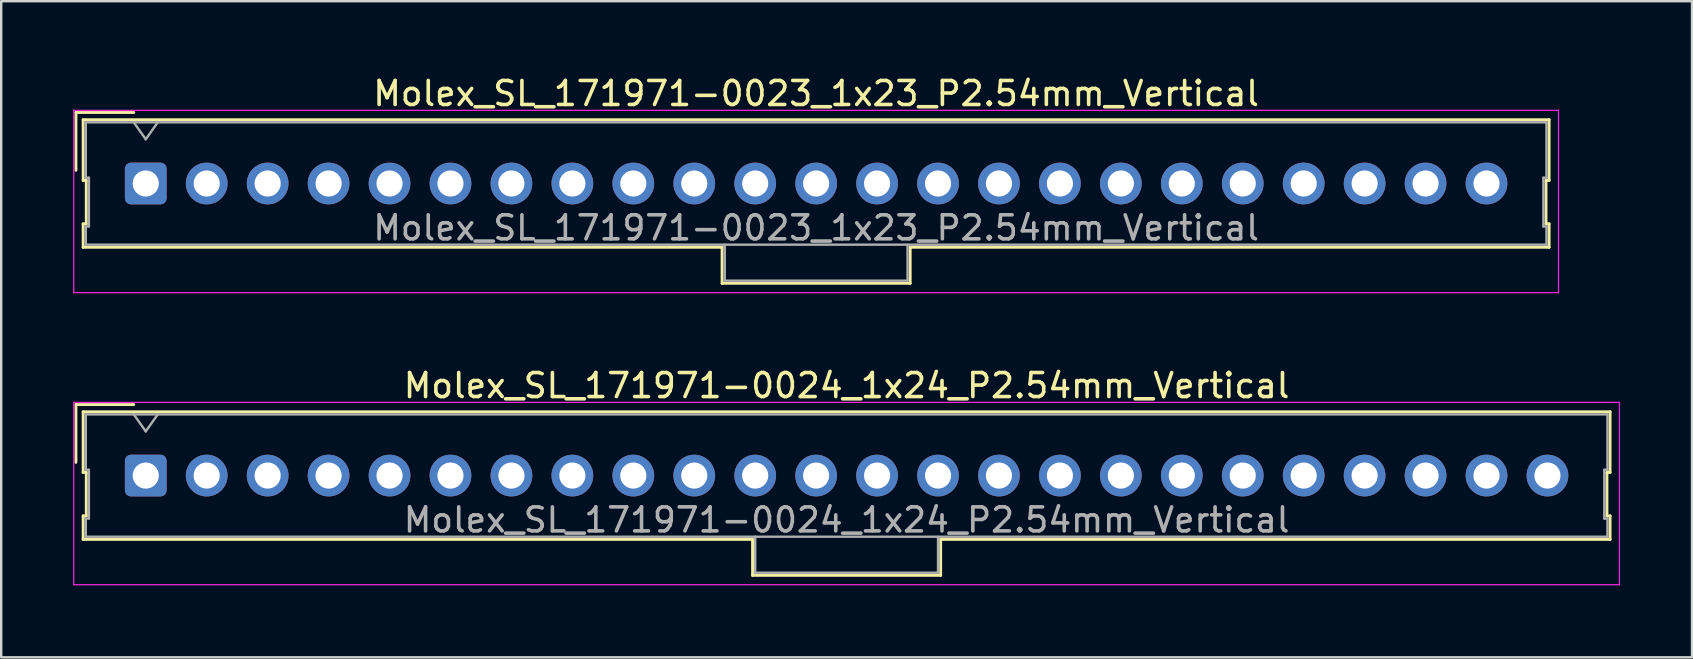
<source format=kicad_pcb>
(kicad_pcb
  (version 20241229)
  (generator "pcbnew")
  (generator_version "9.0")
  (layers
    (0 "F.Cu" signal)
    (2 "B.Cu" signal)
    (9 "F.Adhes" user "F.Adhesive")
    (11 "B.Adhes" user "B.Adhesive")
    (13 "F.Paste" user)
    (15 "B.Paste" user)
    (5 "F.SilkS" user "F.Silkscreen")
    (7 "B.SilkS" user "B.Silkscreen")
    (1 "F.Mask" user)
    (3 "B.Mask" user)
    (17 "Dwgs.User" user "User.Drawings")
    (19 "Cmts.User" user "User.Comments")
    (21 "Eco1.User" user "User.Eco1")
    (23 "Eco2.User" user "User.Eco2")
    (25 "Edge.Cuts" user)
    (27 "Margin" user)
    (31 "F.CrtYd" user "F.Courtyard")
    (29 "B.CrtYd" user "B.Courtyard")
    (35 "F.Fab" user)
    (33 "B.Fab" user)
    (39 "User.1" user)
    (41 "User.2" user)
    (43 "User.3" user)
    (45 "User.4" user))
  (footprint "Molex_SL_171971-0023_1x23_P2.54mm_Vertical"
    (layer "F.Cu")
    (at 3.025 4.598)
    (property "Reference" "Molex_SL_171971-0023_1x23_P2.54mm_Vertical" (at 27.94 -3.75 0) (layer "F.SilkS") (effects (font (size 1 1) (thickness 0.15))))
    (attr through_hole)
    (fp_line (start -2.91 -2.96) (end -0.5 -2.96) (stroke (width 0.12) (type solid)) (layer "F.SilkS"))
    (fp_line (start -2.91 -0.55) (end -2.91 -2.96) (stroke (width 0.12) (type solid)) (layer "F.SilkS"))
    (fp_line (start -2.61 -2.66) (end -2.61 -0.13) (stroke (width 0.12) (type solid)) (layer "F.SilkS"))
    (fp_line (start -2.61 -0.13) (end -2.48 -0.13) (stroke (width 0.12) (type solid)) (layer "F.SilkS"))
    (fp_line (start -2.61 1.68) (end -2.61 2.66) (stroke (width 0.12) (type solid)) (layer "F.SilkS"))
    (fp_line (start -2.61 2.66) (end 24.02 2.66) (stroke (width 0.12) (type solid)) (layer "F.SilkS"))
    (fp_line (start -2.48 -0.13) (end -2.48 1.68) (stroke (width 0.12) (type solid)) (layer "F.SilkS"))
    (fp_line (start -2.48 1.68) (end -2.61 1.68) (stroke (width 0.12) (type solid)) (layer "F.SilkS"))
    (fp_line (start 24.02 2.66) (end 24.02 4.16) (stroke (width 0.12) (type solid)) (layer "F.SilkS"))
    (fp_line (start 24.02 4.16) (end 31.86 4.16) (stroke (width 0.12) (type solid)) (layer "F.SilkS"))
    (fp_line (start 31.86 2.66) (end 58.49 2.66) (stroke (width 0.12) (type solid)) (layer "F.SilkS"))
    (fp_line (start 31.86 4.16) (end 31.86 2.66) (stroke (width 0.12) (type solid)) (layer "F.SilkS"))
    (fp_line (start 58.36 -0.13) (end 58.49 -0.13) (stroke (width 0.12) (type solid)) (layer "F.SilkS"))
    (fp_line (start 58.36 1.68) (end 58.36 -0.13) (stroke (width 0.12) (type solid)) (layer "F.SilkS"))
    (fp_line (start 58.49 -2.66) (end -2.61 -2.66) (stroke (width 0.12) (type solid)) (layer "F.SilkS"))
    (fp_line (start 58.49 -0.13) (end 58.49 -2.66) (stroke (width 0.12) (type solid)) (layer "F.SilkS"))
    (fp_line (start 58.49 1.68) (end 58.36 1.68) (stroke (width 0.12) (type solid)) (layer "F.SilkS"))
    (fp_line (start 58.49 2.66) (end 58.49 1.68) (stroke (width 0.12) (type solid)) (layer "F.SilkS"))
    (fp_line (start -3 -3.05) (end -3 4.55) (stroke (width 0.05) (type solid)) (layer "F.CrtYd"))
    (fp_line (start -3 4.55) (end 58.88 4.55) (stroke (width 0.05) (type solid)) (layer "F.CrtYd"))
    (fp_line (start 58.88 -3.05) (end -3 -3.05) (stroke (width 0.05) (type solid)) (layer "F.CrtYd"))
    (fp_line (start 58.88 4.55) (end 58.88 -3.05) (stroke (width 0.05) (type solid)) (layer "F.CrtYd"))
    (fp_line (start -2.5 -2.55) (end -2.5 -0.24) (stroke (width 0.1) (type solid)) (layer "F.Fab"))
    (fp_line (start -2.5 -0.24) (end -2.37 -0.24) (stroke (width 0.1) (type solid)) (layer "F.Fab"))
    (fp_line (start -2.5 1.79) (end -2.5 2.55) (stroke (width 0.1) (type solid)) (layer "F.Fab"))
    (fp_line (start -2.5 2.55) (end 58.38 2.55) (stroke (width 0.1) (type solid)) (layer "F.Fab"))
    (fp_line (start -2.37 -0.24) (end -2.37 1.79) (stroke (width 0.1) (type solid)) (layer "F.Fab"))
    (fp_line (start -2.37 1.79) (end -2.5 1.79) (stroke (width 0.1) (type solid)) (layer "F.Fab"))
    (fp_line (start 0 -1.843) (end -0.5 -2.55) (stroke (width 0.1) (type solid)) (layer "F.Fab"))
    (fp_line (start 0.5 -2.55) (end 0 -1.843) (stroke (width 0.1) (type solid)) (layer "F.Fab"))
    (fp_line (start 24.13 2.55) (end 24.13 4.05) (stroke (width 0.1) (type solid)) (layer "F.Fab"))
    (fp_line (start 24.13 4.05) (end 31.75 4.05) (stroke (width 0.1) (type solid)) (layer "F.Fab"))
    (fp_line (start 31.75 4.05) (end 31.75 2.55) (stroke (width 0.1) (type solid)) (layer "F.Fab"))
    (fp_line (start 58.25 -0.24) (end 58.38 -0.24) (stroke (width 0.1) (type solid)) (layer "F.Fab"))
    (fp_line (start 58.25 1.79) (end 58.25 -0.24) (stroke (width 0.1) (type solid)) (layer "F.Fab"))
    (fp_line (start 58.38 -2.55) (end -2.5 -2.55) (stroke (width 0.1) (type solid)) (layer "F.Fab"))
    (fp_line (start 58.38 -0.24) (end 58.38 -2.55) (stroke (width 0.1) (type solid)) (layer "F.Fab"))
    (fp_line (start 58.38 1.79) (end 58.25 1.79) (stroke (width 0.1) (type solid)) (layer "F.Fab"))
    (fp_line (start 58.38 2.55) (end 58.38 1.79) (stroke (width 0.1) (type solid)) (layer "F.Fab"))
    (fp_text user "${REFERENCE}" (at 27.94 1.85 0) (layer "F.Fab") (effects (font (size 1 1) (thickness 0.15))))
    (pad "1" thru_hole roundrect (at 0 0) (size 1.74 1.74) (drill 1.09) (layers "*.Cu" "*.Mask") (roundrect_rratio 0.144))
    (pad "2" thru_hole circle (at 2.54 0) (size 1.74 1.74) (drill 1.09) (layers "*.Cu" "*.Mask"))
    (pad "3" thru_hole circle (at 5.08 0) (size 1.74 1.74) (drill 1.09) (layers "*.Cu" "*.Mask"))
    (pad "4" thru_hole circle (at 7.62 0) (size 1.74 1.74) (drill 1.09) (layers "*.Cu" "*.Mask"))
    (pad "5" thru_hole circle (at 10.16 0) (size 1.74 1.74) (drill 1.09) (layers "*.Cu" "*.Mask"))
    (pad "6" thru_hole circle (at 12.7 0) (size 1.74 1.74) (drill 1.09) (layers "*.Cu" "*.Mask"))
    (pad "7" thru_hole circle (at 15.24 0) (size 1.74 1.74) (drill 1.09) (layers "*.Cu" "*.Mask"))
    (pad "8" thru_hole circle (at 17.78 0) (size 1.74 1.74) (drill 1.09) (layers "*.Cu" "*.Mask"))
    (pad "9" thru_hole circle (at 20.32 0) (size 1.74 1.74) (drill 1.09) (layers "*.Cu" "*.Mask"))
    (pad "10" thru_hole circle (at 22.86 0) (size 1.74 1.74) (drill 1.09) (layers "*.Cu" "*.Mask"))
    (pad "11" thru_hole circle (at 25.4 0) (size 1.74 1.74) (drill 1.09) (layers "*.Cu" "*.Mask"))
    (pad "12" thru_hole circle (at 27.94 0) (size 1.74 1.74) (drill 1.09) (layers "*.Cu" "*.Mask"))
    (pad "13" thru_hole circle (at 30.48 0) (size 1.74 1.74) (drill 1.09) (layers "*.Cu" "*.Mask"))
    (pad "14" thru_hole circle (at 33.02 0) (size 1.74 1.74) (drill 1.09) (layers "*.Cu" "*.Mask"))
    (pad "15" thru_hole circle (at 35.56 0) (size 1.74 1.74) (drill 1.09) (layers "*.Cu" "*.Mask"))
    (pad "16" thru_hole circle (at 38.1 0) (size 1.74 1.74) (drill 1.09) (layers "*.Cu" "*.Mask"))
    (pad "17" thru_hole circle (at 40.64 0) (size 1.74 1.74) (drill 1.09) (layers "*.Cu" "*.Mask"))
    (pad "18" thru_hole circle (at 43.18 0) (size 1.74 1.74) (drill 1.09) (layers "*.Cu" "*.Mask"))
    (pad "19" thru_hole circle (at 45.72 0) (size 1.74 1.74) (drill 1.09) (layers "*.Cu" "*.Mask"))
    (pad "20" thru_hole circle (at 48.26 0) (size 1.74 1.74) (drill 1.09) (layers "*.Cu" "*.Mask"))
    (pad "21" thru_hole circle (at 50.8 0) (size 1.74 1.74) (drill 1.09) (layers "*.Cu" "*.Mask"))
    (pad "22" thru_hole circle (at 53.34 0) (size 1.74 1.74) (drill 1.09) (layers "*.Cu" "*.Mask"))
    (pad "23" thru_hole circle (at 55.88 0) (size 1.74 1.74) (drill 1.09) (layers "*.Cu" "*.Mask")))
  (footprint "Molex_SL_171971-0024_1x24_P2.54mm_Vertical"
    (layer "F.Cu")
    (at 3.025 16.771)
    (property "Reference" "Molex_SL_171971-0024_1x24_P2.54mm_Vertical" (at 29.21 -3.75 0) (layer "F.SilkS") (effects (font (size 1 1) (thickness 0.15))))
    (attr through_hole)
    (fp_line (start -2.91 -2.96) (end -0.5 -2.96) (stroke (width 0.12) (type solid)) (layer "F.SilkS"))
    (fp_line (start -2.91 -0.55) (end -2.91 -2.96) (stroke (width 0.12) (type solid)) (layer "F.SilkS"))
    (fp_line (start -2.61 -2.66) (end -2.61 -0.13) (stroke (width 0.12) (type solid)) (layer "F.SilkS"))
    (fp_line (start -2.61 -0.13) (end -2.48 -0.13) (stroke (width 0.12) (type solid)) (layer "F.SilkS"))
    (fp_line (start -2.61 1.68) (end -2.61 2.66) (stroke (width 0.12) (type solid)) (layer "F.SilkS"))
    (fp_line (start -2.61 2.66) (end 25.29 2.66) (stroke (width 0.12) (type solid)) (layer "F.SilkS"))
    (fp_line (start -2.48 -0.13) (end -2.48 1.68) (stroke (width 0.12) (type solid)) (layer "F.SilkS"))
    (fp_line (start -2.48 1.68) (end -2.61 1.68) (stroke (width 0.12) (type solid)) (layer "F.SilkS"))
    (fp_line (start 25.29 2.66) (end 25.29 4.16) (stroke (width 0.12) (type solid)) (layer "F.SilkS"))
    (fp_line (start 25.29 4.16) (end 33.13 4.16) (stroke (width 0.12) (type solid)) (layer "F.SilkS"))
    (fp_line (start 33.13 2.66) (end 61.03 2.66) (stroke (width 0.12) (type solid)) (layer "F.SilkS"))
    (fp_line (start 33.13 4.16) (end 33.13 2.66) (stroke (width 0.12) (type solid)) (layer "F.SilkS"))
    (fp_line (start 60.9 -0.13) (end 61.03 -0.13) (stroke (width 0.12) (type solid)) (layer "F.SilkS"))
    (fp_line (start 60.9 1.68) (end 60.9 -0.13) (stroke (width 0.12) (type solid)) (layer "F.SilkS"))
    (fp_line (start 61.03 -2.66) (end -2.61 -2.66) (stroke (width 0.12) (type solid)) (layer "F.SilkS"))
    (fp_line (start 61.03 -0.13) (end 61.03 -2.66) (stroke (width 0.12) (type solid)) (layer "F.SilkS"))
    (fp_line (start 61.03 1.68) (end 60.9 1.68) (stroke (width 0.12) (type solid)) (layer "F.SilkS"))
    (fp_line (start 61.03 2.66) (end 61.03 1.68) (stroke (width 0.12) (type solid)) (layer "F.SilkS"))
    (fp_line (start -3 -3.05) (end -3 4.55) (stroke (width 0.05) (type solid)) (layer "F.CrtYd"))
    (fp_line (start -3 4.55) (end 61.42 4.55) (stroke (width 0.05) (type solid)) (layer "F.CrtYd"))
    (fp_line (start 61.42 -3.05) (end -3 -3.05) (stroke (width 0.05) (type solid)) (layer "F.CrtYd"))
    (fp_line (start 61.42 4.55) (end 61.42 -3.05) (stroke (width 0.05) (type solid)) (layer "F.CrtYd"))
    (fp_line (start -2.5 -2.55) (end -2.5 -0.24) (stroke (width 0.1) (type solid)) (layer "F.Fab"))
    (fp_line (start -2.5 -0.24) (end -2.37 -0.24) (stroke (width 0.1) (type solid)) (layer "F.Fab"))
    (fp_line (start -2.5 1.79) (end -2.5 2.55) (stroke (width 0.1) (type solid)) (layer "F.Fab"))
    (fp_line (start -2.5 2.55) (end 60.92 2.55) (stroke (width 0.1) (type solid)) (layer "F.Fab"))
    (fp_line (start -2.37 -0.24) (end -2.37 1.79) (stroke (width 0.1) (type solid)) (layer "F.Fab"))
    (fp_line (start -2.37 1.79) (end -2.5 1.79) (stroke (width 0.1) (type solid)) (layer "F.Fab"))
    (fp_line (start 0 -1.843) (end -0.5 -2.55) (stroke (width 0.1) (type solid)) (layer "F.Fab"))
    (fp_line (start 0.5 -2.55) (end 0 -1.843) (stroke (width 0.1) (type solid)) (layer "F.Fab"))
    (fp_line (start 25.4 2.55) (end 25.4 4.05) (stroke (width 0.1) (type solid)) (layer "F.Fab"))
    (fp_line (start 25.4 4.05) (end 33.02 4.05) (stroke (width 0.1) (type solid)) (layer "F.Fab"))
    (fp_line (start 33.02 4.05) (end 33.02 2.55) (stroke (width 0.1) (type solid)) (layer "F.Fab"))
    (fp_line (start 60.79 -0.24) (end 60.92 -0.24) (stroke (width 0.1) (type solid)) (layer "F.Fab"))
    (fp_line (start 60.79 1.79) (end 60.79 -0.24) (stroke (width 0.1) (type solid)) (layer "F.Fab"))
    (fp_line (start 60.92 -2.55) (end -2.5 -2.55) (stroke (width 0.1) (type solid)) (layer "F.Fab"))
    (fp_line (start 60.92 -0.24) (end 60.92 -2.55) (stroke (width 0.1) (type solid)) (layer "F.Fab"))
    (fp_line (start 60.92 1.79) (end 60.79 1.79) (stroke (width 0.1) (type solid)) (layer "F.Fab"))
    (fp_line (start 60.92 2.55) (end 60.92 1.79) (stroke (width 0.1) (type solid)) (layer "F.Fab"))
    (fp_text user "${REFERENCE}" (at 29.21 1.85 0) (layer "F.Fab") (effects (font (size 1 1) (thickness 0.15))))
    (pad "1" thru_hole roundrect (at 0 0) (size 1.74 1.74) (drill 1.09) (layers "*.Cu" "*.Mask") (roundrect_rratio 0.144))
    (pad "2" thru_hole circle (at 2.54 0) (size 1.74 1.74) (drill 1.09) (layers "*.Cu" "*.Mask"))
    (pad "3" thru_hole circle (at 5.08 0) (size 1.74 1.74) (drill 1.09) (layers "*.Cu" "*.Mask"))
    (pad "4" thru_hole circle (at 7.62 0) (size 1.74 1.74) (drill 1.09) (layers "*.Cu" "*.Mask"))
    (pad "5" thru_hole circle (at 10.16 0) (size 1.74 1.74) (drill 1.09) (layers "*.Cu" "*.Mask"))
    (pad "6" thru_hole circle (at 12.7 0) (size 1.74 1.74) (drill 1.09) (layers "*.Cu" "*.Mask"))
    (pad "7" thru_hole circle (at 15.24 0) (size 1.74 1.74) (drill 1.09) (layers "*.Cu" "*.Mask"))
    (pad "8" thru_hole circle (at 17.78 0) (size 1.74 1.74) (drill 1.09) (layers "*.Cu" "*.Mask"))
    (pad "9" thru_hole circle (at 20.32 0) (size 1.74 1.74) (drill 1.09) (layers "*.Cu" "*.Mask"))
    (pad "10" thru_hole circle (at 22.86 0) (size 1.74 1.74) (drill 1.09) (layers "*.Cu" "*.Mask"))
    (pad "11" thru_hole circle (at 25.4 0) (size 1.74 1.74) (drill 1.09) (layers "*.Cu" "*.Mask"))
    (pad "12" thru_hole circle (at 27.94 0) (size 1.74 1.74) (drill 1.09) (layers "*.Cu" "*.Mask"))
    (pad "13" thru_hole circle (at 30.48 0) (size 1.74 1.74) (drill 1.09) (layers "*.Cu" "*.Mask"))
    (pad "14" thru_hole circle (at 33.02 0) (size 1.74 1.74) (drill 1.09) (layers "*.Cu" "*.Mask"))
    (pad "15" thru_hole circle (at 35.56 0) (size 1.74 1.74) (drill 1.09) (layers "*.Cu" "*.Mask"))
    (pad "16" thru_hole circle (at 38.1 0) (size 1.74 1.74) (drill 1.09) (layers "*.Cu" "*.Mask"))
    (pad "17" thru_hole circle (at 40.64 0) (size 1.74 1.74) (drill 1.09) (layers "*.Cu" "*.Mask"))
    (pad "18" thru_hole circle (at 43.18 0) (size 1.74 1.74) (drill 1.09) (layers "*.Cu" "*.Mask"))
    (pad "19" thru_hole circle (at 45.72 0) (size 1.74 1.74) (drill 1.09) (layers "*.Cu" "*.Mask"))
    (pad "20" thru_hole circle (at 48.26 0) (size 1.74 1.74) (drill 1.09) (layers "*.Cu" "*.Mask"))
    (pad "21" thru_hole circle (at 50.8 0) (size 1.74 1.74) (drill 1.09) (layers "*.Cu" "*.Mask"))
    (pad "22" thru_hole circle (at 53.34 0) (size 1.74 1.74) (drill 1.09) (layers "*.Cu" "*.Mask"))
    (pad "23" thru_hole circle (at 55.88 0) (size 1.74 1.74) (drill 1.09) (layers "*.Cu" "*.Mask"))
    (pad "24" thru_hole circle (at 58.42 0) (size 1.74 1.74) (drill 1.09) (layers "*.Cu" "*.Mask")))
  (gr_rect
    (start -3 -3)
    (end 67.47 24.346)
    (stroke (width 0.1) (type default))
    (fill no)
    (layer "Edge.Cuts")))
</source>
